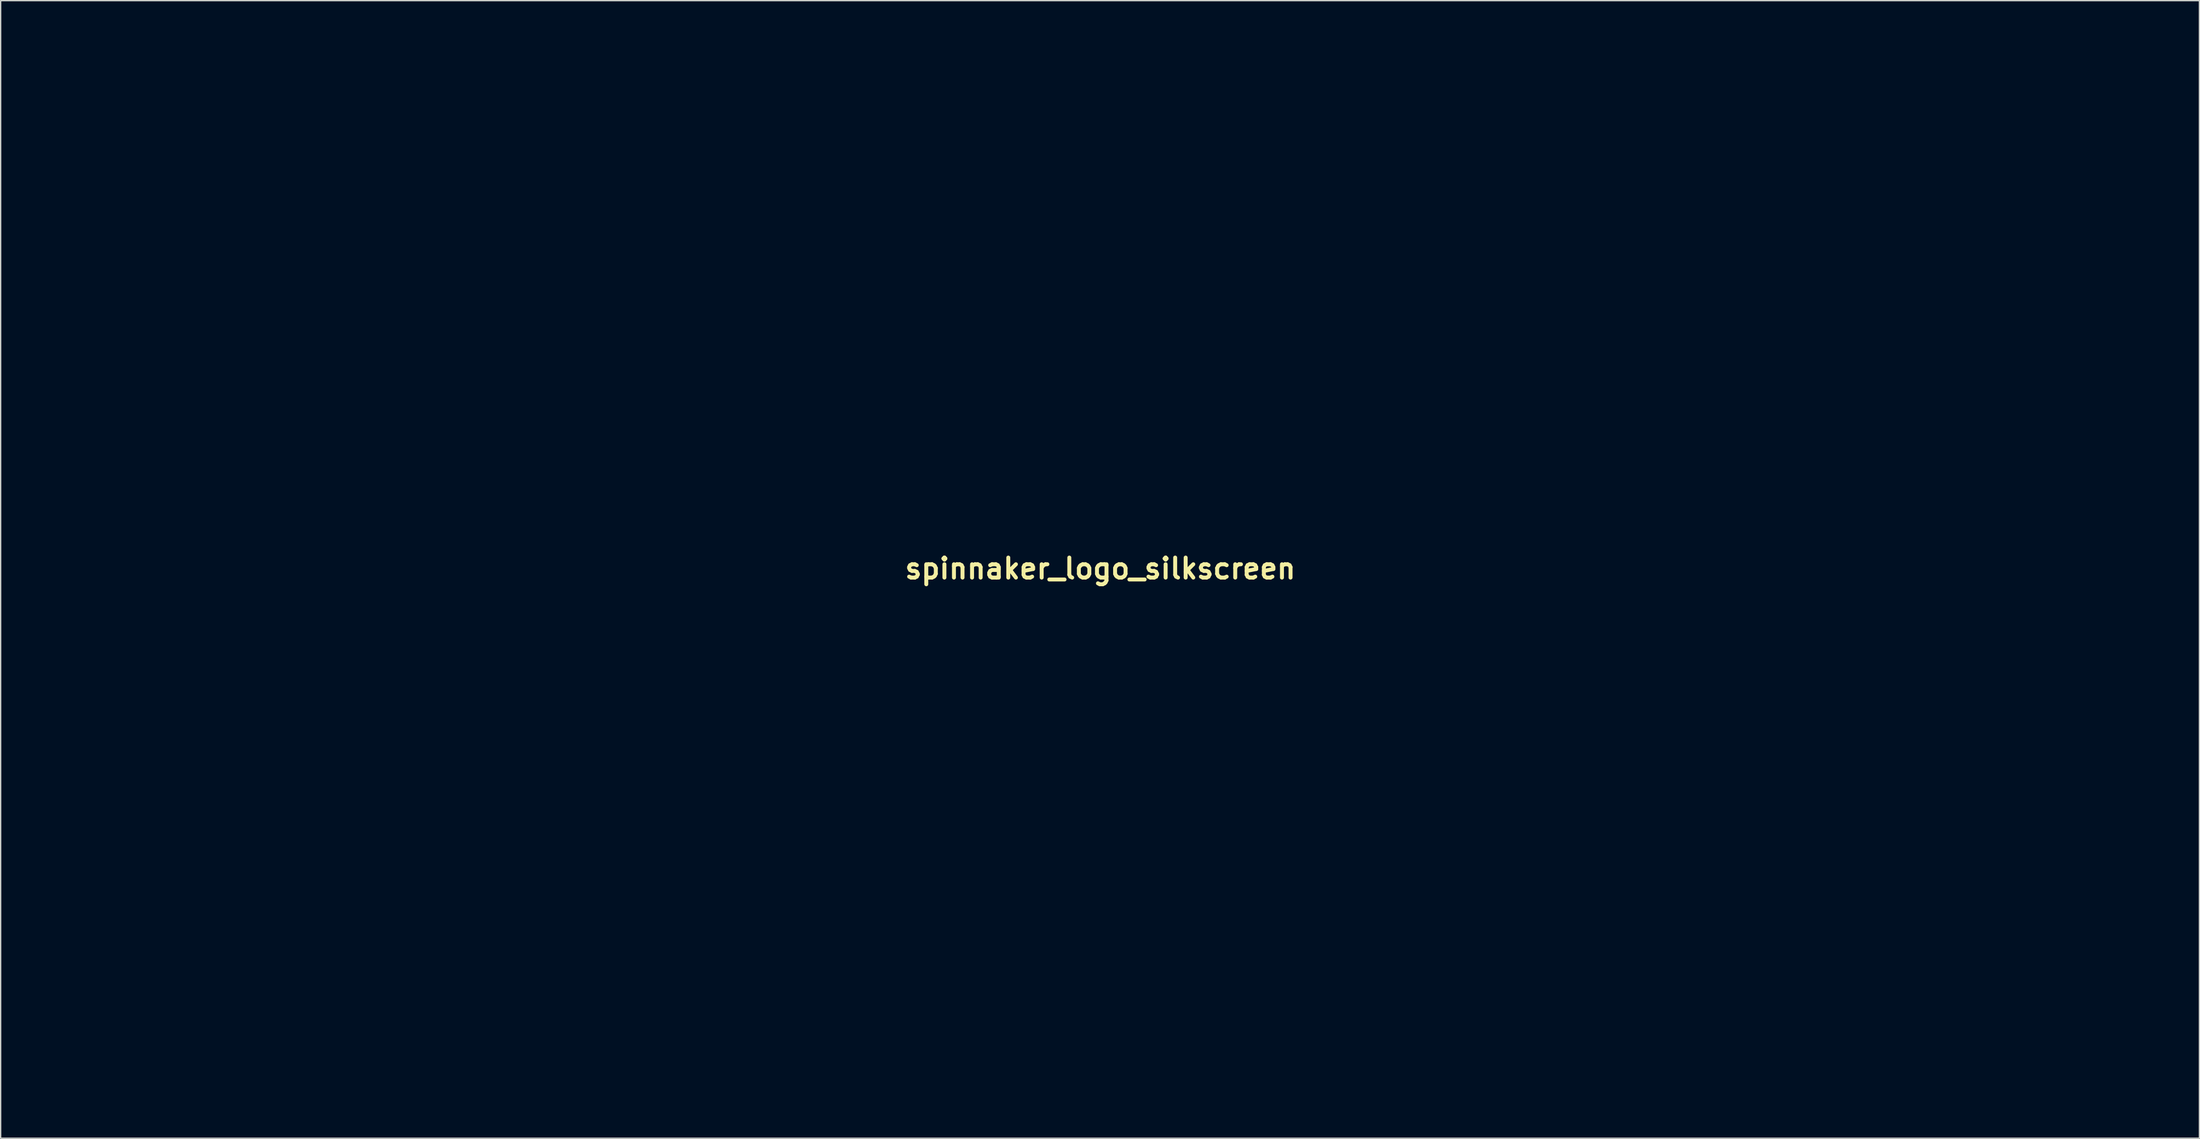
<source format=kicad_pcb>
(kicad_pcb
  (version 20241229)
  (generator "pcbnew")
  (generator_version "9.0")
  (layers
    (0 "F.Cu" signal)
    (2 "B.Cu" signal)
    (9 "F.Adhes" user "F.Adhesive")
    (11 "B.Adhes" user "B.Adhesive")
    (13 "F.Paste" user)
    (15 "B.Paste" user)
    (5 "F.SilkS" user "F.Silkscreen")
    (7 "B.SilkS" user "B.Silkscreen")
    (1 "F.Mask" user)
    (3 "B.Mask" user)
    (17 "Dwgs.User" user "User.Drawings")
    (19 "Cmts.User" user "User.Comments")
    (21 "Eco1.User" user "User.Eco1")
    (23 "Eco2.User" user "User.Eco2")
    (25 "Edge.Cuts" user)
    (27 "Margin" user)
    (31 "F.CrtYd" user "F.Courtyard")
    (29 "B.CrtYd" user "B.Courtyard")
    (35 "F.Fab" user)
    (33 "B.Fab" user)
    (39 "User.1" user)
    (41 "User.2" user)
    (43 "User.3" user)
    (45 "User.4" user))
  (footprint "spinnaker_logo_silkscreen"
    (layer "F.Cu")
    (at 80.692 40.236)
    (property "Reference" "spinnaker_logo_silkscreen" (at 0 0 0) (layer "F.SilkS") (effects (font (size 1.524 1.524) (thickness 0.3))))
    (attr through_hole)
    (fp_poly (pts (xy 68.982 24.91) (xy 69.723 24.934) (xy 69.768 30.649) (xy 68.241 30.649) (xy 68.241 24.885) (xy 68.982 24.91)) (stroke (width 0.01) (type solid)) (fill no) (layer "Eco2.User"))
    (fp_poly (pts (xy 69.748 23.601) (xy 69.723 24.257) (xy 68.982 24.281) (xy 68.241 24.306) (xy 68.241 22.945) (xy 69.772 22.945) (xy 69.748 23.601)) (stroke (width 0.01) (type solid)) (fill no) (layer "Eco2.User"))
    (fp_poly (pts (xy 74.309 24.813) (xy 74.372 24.852) (xy 74.406 24.957) (xy 74.419 25.16) (xy 74.422 25.495) (xy 74.422 25.569) (xy 74.422 26.331) (xy 73.978 26.331) (xy 73.487 26.393) (xy 73.099 26.57) (xy 72.83 26.856) (xy 72.792 26.924) (xy 72.741 27.049) (xy 72.702 27.206) (xy 72.675 27.42) (xy 72.658 27.716) (xy 72.648 28.119) (xy 72.644 28.656) (xy 72.644 28.935) (xy 72.644 30.649) (xy 71.12 30.649) (xy 71.12 24.892) (xy 72.644 24.892) (xy 72.644 25.421) (xy 72.645 25.95) (xy 72.802 25.696) (xy 73.107 25.323) (xy 73.488 25.032) (xy 73.901 24.852) (xy 74.208 24.807) (xy 74.309 24.813)) (stroke (width 0.01) (type solid)) (fill no) (layer "Eco2.User"))
    (fp_poly (pts (xy 31.835 24.045) (xy 31.559 24.047) (xy 31.279 24.077) (xy 31.119 24.187) (xy 31.048 24.408) (xy 31.036 24.61) (xy 31.03 25.019) (xy 31.928 25.07) (xy 31.902 25.553) (xy 31.877 26.035) (xy 30.988 26.086) (xy 30.988 30.649) (xy 29.549 30.649) (xy 29.549 26.087) (xy 29.146 26.061) (xy 28.744 26.035) (xy 28.719 25.553) (xy 28.694 25.071) (xy 29.1 25.045) (xy 29.506 25.019) (xy 29.553 24.342) (xy 29.595 23.919) (xy 29.667 23.62) (xy 29.785 23.4) (xy 29.97 23.214) (xy 30.044 23.156) (xy 30.196 23.069) (xy 30.403 23.011) (xy 30.704 22.976) (xy 31.052 22.958) (xy 31.835 22.928) (xy 31.835 24.045)) (stroke (width 0.01) (type solid)) (fill no) (layer "Eco2.User"))
    (fp_poly (pts (xy 53.488 -2.269) (xy 53.89 -2.244) (xy 53.89 1.862) (xy 49.996 5.757) (xy 46.102 9.652) (xy 51.464 15.015) (xy 51.77 14.746) (xy 51.958 14.589) (xy 52.089 14.493) (xy 52.121 14.478) (xy 52.243 14.516) (xy 52.384 14.641) (xy 52.553 14.868) (xy 52.761 15.212) (xy 53.019 15.688) (xy 53.193 16.027) (xy 53.89 17.399) (xy 53.89 21.548) (xy 53.488 21.573) (xy 53.086 21.599) (xy 53.086 17.82) (xy 51.774 17.165) (xy 51.296 16.925) (xy 50.951 16.745) (xy 50.716 16.61) (xy 50.57 16.506) (xy 50.494 16.419) (xy 50.465 16.335) (xy 50.461 16.282) (xy 50.525 16.052) (xy 50.689 15.816) (xy 50.691 15.813) (xy 50.921 15.573) (xy 45.551 10.203) (xy 45.551 17.615) (xy 44.217 17.592) (xy 42.884 17.568) (xy 42.84 1.693) (xy 45.551 1.693) (xy 45.551 9.016) (xy 49.318 5.249) (xy 53.086 1.482) (xy 53.086 -2.295) (xy 53.488 -2.269)) (stroke (width 0.01) (type solid)) (fill no) (layer "Eco2.User"))
    (fp_poly (pts (xy 60.198 25.061) (xy 61.053 25.061) (xy 61.028 25.548) (xy 61.002 26.035) (xy 60.6 26.061) (xy 60.198 26.087) (xy 60.198 27.801) (xy 60.202 28.454) (xy 60.213 28.951) (xy 60.233 29.302) (xy 60.262 29.52) (xy 60.3 29.616) (xy 60.447 29.683) (xy 60.677 29.717) (xy 60.723 29.718) (xy 61.045 29.718) (xy 61.045 30.221) (xy 61.029 30.508) (xy 60.989 30.714) (xy 60.948 30.783) (xy 60.819 30.819) (xy 60.575 30.853) (xy 60.292 30.877) (xy 59.911 30.882) (xy 59.618 30.835) (xy 59.37 30.74) (xy 59.08 30.557) (xy 58.887 30.299) (xy 58.842 30.208) (xy 58.788 30.073) (xy 58.747 29.922) (xy 58.717 29.731) (xy 58.697 29.476) (xy 58.685 29.129) (xy 58.678 28.667) (xy 58.676 28.065) (xy 58.676 27.961) (xy 58.674 26.077) (xy 57.997 26.077) (xy 57.997 25.061) (xy 58.674 25.061) (xy 58.674 23.537) (xy 60.198 23.537) (xy 60.198 25.061)) (stroke (width 0.01) (type solid)) (fill no) (layer "Eco2.User"))
    (fp_poly (pts (xy 47.329 25.687) (xy 47.604 25.426) (xy 48.091 25.065) (xy 48.618 24.868) (xy 49.181 24.837) (xy 49.623 24.922) (xy 50.115 25.137) (xy 50.485 25.466) (xy 50.723 25.857) (xy 50.772 25.978) (xy 50.809 26.119) (xy 50.837 26.3) (xy 50.857 26.544) (xy 50.87 26.873) (xy 50.878 27.31) (xy 50.882 27.877) (xy 50.883 28.427) (xy 50.885 30.649) (xy 49.361 30.649) (xy 49.361 28.708) (xy 49.357 28.128) (xy 49.347 27.6) (xy 49.331 27.15) (xy 49.311 26.805) (xy 49.288 26.59) (xy 49.277 26.544) (xy 49.105 26.31) (xy 48.832 26.167) (xy 48.499 26.122) (xy 48.15 26.176) (xy 47.825 26.335) (xy 47.736 26.406) (xy 47.611 26.538) (xy 47.514 26.696) (xy 47.442 26.903) (xy 47.391 27.18) (xy 47.358 27.55) (xy 47.34 28.036) (xy 47.332 28.659) (xy 47.331 28.977) (xy 47.329 30.649) (xy 45.889 30.649) (xy 45.889 22.945) (xy 47.329 22.945) (xy 47.329 25.687)) (stroke (width 0.01) (type solid)) (fill no) (layer "Eco2.User"))
    (fp_poly (pts (xy 15.409 25.589) (xy 15.742 25.288) (xy 16.191 24.984) (xy 16.677 24.83) (xy 17.18 24.818) (xy 17.678 24.94) (xy 18.151 25.187) (xy 18.576 25.55) (xy 18.934 26.021) (xy 19.202 26.593) (xy 19.234 26.689) (xy 19.36 27.299) (xy 19.386 27.967) (xy 19.315 28.632) (xy 19.151 29.231) (xy 19.096 29.362) (xy 18.768 29.92) (xy 18.353 30.363) (xy 17.873 30.679) (xy 17.349 30.857) (xy 16.802 30.887) (xy 16.309 30.779) (xy 16.036 30.642) (xy 15.76 30.444) (xy 15.695 30.385) (xy 15.409 30.108) (xy 15.409 30.649) (xy 13.885 30.649) (xy 13.885 27.743) (xy 15.443 27.743) (xy 15.471 28.246) (xy 15.584 28.72) (xy 15.774 29.124) (xy 16.035 29.42) (xy 16.102 29.466) (xy 16.453 29.597) (xy 16.836 29.598) (xy 17.188 29.473) (xy 17.331 29.368) (xy 17.616 29.01) (xy 17.79 28.555) (xy 17.859 27.983) (xy 17.861 27.855) (xy 17.809 27.265) (xy 17.656 26.781) (xy 17.412 26.418) (xy 17.083 26.186) (xy 16.793 26.108) (xy 16.391 26.137) (xy 16.038 26.324) (xy 15.744 26.662) (xy 15.664 26.803) (xy 15.505 27.248) (xy 15.443 27.743) (xy 13.885 27.743) (xy 13.885 22.945) (xy 15.409 22.945) (xy 15.409 25.589)) (stroke (width 0.01) (type solid)) (fill no) (layer "Eco2.User"))
    (fp_poly (pts (xy 79.605 1.705) (xy 79.854 1.725) (xy 79.873 1.728) (xy 80.179 1.786) (xy 80.179 4.281) (xy 79.269 4.389) (xy 78.3 4.553) (xy 77.474 4.799) (xy 76.783 5.132) (xy 76.22 5.555) (xy 75.778 6.072) (xy 75.567 6.43) (xy 75.467 6.631) (xy 75.38 6.815) (xy 75.308 6.998) (xy 75.247 7.194) (xy 75.196 7.417) (xy 75.155 7.682) (xy 75.123 8.004) (xy 75.097 8.397) (xy 75.077 8.876) (xy 75.061 9.455) (xy 75.048 10.15) (xy 75.038 10.974) (xy 75.027 11.942) (xy 75.02 12.742) (xy 74.972 17.653) (xy 73.679 17.676) (xy 73.154 17.682) (xy 72.778 17.678) (xy 72.531 17.661) (xy 72.393 17.631) (xy 72.345 17.592) (xy 72.339 17.493) (xy 72.334 17.237) (xy 72.33 16.836) (xy 72.326 16.302) (xy 72.324 15.647) (xy 72.322 14.884) (xy 72.321 14.024) (xy 72.32 13.08) (xy 72.321 12.063) (xy 72.323 10.987) (xy 72.326 9.863) (xy 72.326 9.821) (xy 72.348 2.159) (xy 73.552 2.136) (xy 74.756 2.112) (xy 74.78 3.473) (xy 74.803 4.835) (xy 75.263 4.192) (xy 75.911 3.384) (xy 76.588 2.73) (xy 77.289 2.235) (xy 78.008 1.9) (xy 78.741 1.731) (xy 78.895 1.717) (xy 79.262 1.701) (xy 79.605 1.705)) (stroke (width 0.01) (type solid)) (fill no) (layer "Eco2.User"))
    (fp_poly (pts (xy 22.14 26.818) (xy 22.306 27.366) (xy 22.458 27.863) (xy 22.589 28.284) (xy 22.691 28.607) (xy 22.757 28.806) (xy 22.776 28.858) (xy 22.814 28.812) (xy 22.889 28.622) (xy 22.996 28.31) (xy 23.128 27.896) (xy 23.278 27.399) (xy 23.413 26.932) (xy 23.994 24.892) (xy 24.739 24.892) (xy 25.127 24.9) (xy 25.366 24.925) (xy 25.473 24.97) (xy 25.484 24.998) (xy 25.456 25.117) (xy 25.376 25.374) (xy 25.253 25.751) (xy 25.093 26.226) (xy 24.903 26.78) (xy 24.69 27.393) (xy 24.462 28.045) (xy 24.225 28.715) (xy 23.987 29.383) (xy 23.755 30.03) (xy 23.536 30.636) (xy 23.336 31.18) (xy 23.164 31.642) (xy 23.026 32.002) (xy 22.929 32.24) (xy 22.884 32.333) (xy 22.563 32.633) (xy 22.118 32.834) (xy 21.567 32.929) (xy 21.36 32.935) (xy 20.743 32.935) (xy 20.743 31.835) (xy 21.131 31.835) (xy 21.495 31.768) (xy 21.784 31.586) (xy 21.967 31.317) (xy 22.013 31.069) (xy 21.985 30.928) (xy 21.906 30.648) (xy 21.781 30.25) (xy 21.619 29.752) (xy 21.424 29.176) (xy 21.204 28.542) (xy 20.997 27.958) (xy 20.762 27.297) (xy 20.546 26.685) (xy 20.356 26.139) (xy 20.198 25.679) (xy 20.079 25.324) (xy 20.004 25.092) (xy 19.981 25.004) (xy 20.024 24.949) (xy 20.17 24.914) (xy 20.441 24.896) (xy 20.771 24.892) (xy 21.561 24.892) (xy 22.14 26.818)) (stroke (width 0.01) (type solid)) (fill no) (layer "Eco2.User"))
    (fp_poly (pts (xy 54.994 24.857) (xy 55.504 24.953) (xy 55.721 25.034) (xy 56.287 25.377) (xy 56.73 25.837) (xy 57.05 26.41) (xy 57.243 27.093) (xy 57.299 27.571) (xy 57.343 28.279) (xy 53.509 28.279) (xy 53.51 28.469) (xy 53.572 28.881) (xy 53.737 29.257) (xy 53.942 29.501) (xy 54.253 29.666) (xy 54.628 29.722) (xy 55.016 29.678) (xy 55.369 29.542) (xy 55.638 29.32) (xy 55.708 29.215) (xy 55.772 29.129) (xy 55.877 29.077) (xy 56.059 29.05) (xy 56.358 29.041) (xy 56.518 29.041) (xy 56.898 29.047) (xy 57.126 29.079) (xy 57.218 29.157) (xy 57.19 29.303) (xy 57.059 29.538) (xy 56.995 29.64) (xy 56.583 30.152) (xy 56.083 30.525) (xy 55.486 30.763) (xy 54.783 30.871) (xy 54.779 30.872) (xy 54.335 30.878) (xy 53.978 30.832) (xy 53.707 30.752) (xy 53.125 30.463) (xy 52.664 30.055) (xy 52.322 29.527) (xy 52.099 28.878) (xy 52.066 28.723) (xy 51.989 27.964) (xy 52.039 27.263) (xy 53.506 27.263) (xy 55.778 27.263) (xy 55.715 26.986) (xy 55.55 26.534) (xy 55.294 26.213) (xy 54.958 26.031) (xy 54.679 25.993) (xy 54.267 26.054) (xy 53.949 26.245) (xy 53.716 26.573) (xy 53.561 27.03) (xy 53.506 27.263) (xy 52.039 27.263) (xy 52.041 27.24) (xy 52.215 26.573) (xy 52.502 25.982) (xy 52.895 25.492) (xy 53.384 25.121) (xy 53.455 25.083) (xy 53.906 24.923) (xy 54.44 24.847) (xy 54.994 24.857)) (stroke (width 0.01) (type solid)) (fill no) (layer "Eco2.User"))
    (fp_poly (pts (xy 35.881 24.86) (xy 36.172 24.884) (xy 36.408 24.938) (xy 36.643 25.031) (xy 36.765 25.089) (xy 37.318 25.443) (xy 37.743 25.903) (xy 38.04 26.47) (xy 38.211 27.148) (xy 38.258 27.939) (xy 38.253 28.093) (xy 38.2 28.691) (xy 38.089 29.171) (xy 37.902 29.579) (xy 37.623 29.962) (xy 37.552 30.043) (xy 37.102 30.421) (xy 36.549 30.693) (xy 35.928 30.852) (xy 35.275 30.889) (xy 34.626 30.794) (xy 34.56 30.777) (xy 33.958 30.523) (xy 33.448 30.133) (xy 33.044 29.62) (xy 32.76 29) (xy 32.76 28.998) (xy 32.682 28.624) (xy 32.647 28.146) (xy 32.654 27.627) (xy 34.158 27.627) (xy 34.16 28.126) (xy 34.23 28.591) (xy 34.352 28.926) (xy 34.606 29.3) (xy 34.907 29.525) (xy 35.285 29.623) (xy 35.448 29.631) (xy 35.756 29.612) (xy 35.979 29.533) (xy 36.158 29.404) (xy 36.458 29.07) (xy 36.646 28.652) (xy 36.733 28.127) (xy 36.742 27.855) (xy 36.688 27.26) (xy 36.534 26.774) (xy 36.287 26.407) (xy 35.954 26.172) (xy 35.544 26.079) (xy 35.49 26.078) (xy 35.035 26.151) (xy 34.665 26.37) (xy 34.378 26.737) (xy 34.358 26.773) (xy 34.224 27.154) (xy 34.158 27.627) (xy 32.654 27.627) (xy 32.654 27.626) (xy 32.7 27.123) (xy 32.785 26.699) (xy 32.803 26.64) (xy 33.047 26.127) (xy 33.414 25.652) (xy 33.863 25.261) (xy 34.225 25.054) (xy 34.485 24.953) (xy 34.747 24.892) (xy 35.067 24.862) (xy 35.477 24.854) (xy 35.881 24.86)) (stroke (width 0.01) (type solid)) (fill no) (layer "Eco2.User"))
    (fp_poly (pts (xy -1.307 1.748) (xy -0.752 1.78) (xy -0.283 1.844) (xy 0.141 1.95) (xy 0.561 2.103) (xy 1.01 2.309) (xy 1.338 2.509) (xy 1.734 2.809) (xy 2.162 3.177) (xy 2.586 3.581) (xy 2.969 3.987) (xy 3.24 4.318) (xy 3.463 4.614) (xy 3.467 3.365) (xy 3.471 2.117) (xy 5.927 2.117) (xy 5.927 17.611) (xy 3.302 17.611) (xy 3.302 13.332) (xy 3.3 12.379) (xy 3.295 11.48) (xy 3.286 10.652) (xy 3.274 9.913) (xy 3.26 9.279) (xy 3.243 8.768) (xy 3.224 8.397) (xy 3.211 8.237) (xy 3.038 7.29) (xy 2.743 6.435) (xy 2.334 5.683) (xy 1.817 5.047) (xy 1.199 4.536) (xy 0.864 4.336) (xy 0.344 4.106) (xy -0.197 3.966) (xy -0.806 3.905) (xy -1.404 3.91) (xy -2.103 3.981) (xy -2.683 4.14) (xy -3.178 4.4) (xy -3.623 4.776) (xy -3.72 4.878) (xy -3.856 5.025) (xy -3.973 5.155) (xy -4.074 5.282) (xy -4.159 5.418) (xy -4.231 5.576) (xy -4.289 5.768) (xy -4.336 6.007) (xy -4.373 6.306) (xy -4.401 6.678) (xy -4.422 7.135) (xy -4.437 7.691) (xy -4.448 8.357) (xy -4.455 9.147) (xy -4.46 10.072) (xy -4.465 11.147) (xy -4.468 11.874) (xy -4.494 17.611) (xy -7.031 17.611) (xy -6.985 4.784) (xy -6.717 4.218) (xy -6.295 3.522) (xy -5.739 2.925) (xy -5.055 2.433) (xy -4.25 2.052) (xy -4.028 1.974) (xy -3.751 1.887) (xy -3.504 1.825) (xy -3.249 1.784) (xy -2.946 1.76) (xy -2.556 1.747) (xy -2.039 1.742) (xy -1.99 1.742) (xy -1.307 1.748)) (stroke (width 0.01) (type solid)) (fill no) (layer "Eco2.User"))
    (fp_poly (pts (xy 32.004 1.693) (xy 39.455 1.693) (xy 39.455 4.318) (xy 35.932 4.318) (xy 35.049 4.319) (xy 34.321 4.321) (xy 33.736 4.326) (xy 33.279 4.334) (xy 32.938 4.345) (xy 32.698 4.36) (xy 32.546 4.379) (xy 32.469 4.402) (xy 32.452 4.43) (xy 32.453 4.432) (xy 32.499 4.521) (xy 32.621 4.749) (xy 32.811 5.103) (xy 33.066 5.574) (xy 33.378 6.149) (xy 33.742 6.819) (xy 34.151 7.573) (xy 34.6 8.399) (xy 35.084 9.286) (xy 35.595 10.225) (xy 36.06 11.077) (xy 36.59 12.049) (xy 37.097 12.979) (xy 37.573 13.855) (xy 38.015 14.666) (xy 38.415 15.403) (xy 38.768 16.054) (xy 39.068 16.609) (xy 39.309 17.057) (xy 39.486 17.387) (xy 39.593 17.589) (xy 39.624 17.652) (xy 39.542 17.661) (xy 39.308 17.669) (xy 38.938 17.677) (xy 38.45 17.683) (xy 37.859 17.689) (xy 37.184 17.692) (xy 36.442 17.695) (xy 35.816 17.695) (xy 32.007 17.695) (xy 31.962 21.548) (xy 31.073 21.599) (xy 31.073 17.697) (xy 27.224 17.675) (xy 23.375 17.653) (xy 26.97 11.064) (xy 27.503 10.086) (xy 28.012 9.151) (xy 28.491 8.268) (xy 28.935 7.449) (xy 29.337 6.705) (xy 29.693 6.045) (xy 29.996 5.481) (xy 30.24 5.023) (xy 30.42 4.682) (xy 30.53 4.47) (xy 30.565 4.396) (xy 30.482 4.377) (xy 30.243 4.361) (xy 29.86 4.346) (xy 29.346 4.335) (xy 28.713 4.326) (xy 27.974 4.32) (xy 27.142 4.318) (xy 27.051 4.318) (xy 23.537 4.318) (xy 23.537 1.693) (xy 31.073 1.693) (xy 31.073 -2.286) (xy 32.004 -2.286) (xy 32.004 1.693)) (stroke (width 0.01) (type solid)) (fill no) (layer "Eco2.User"))
    (fp_poly (pts (xy 65.015 24.896) (xy 65.513 25.054) (xy 66.033 25.376) (xy 66.459 25.825) (xy 66.78 26.38) (xy 66.983 27.019) (xy 67.056 27.72) (xy 67.056 27.737) (xy 67.056 28.279) (xy 65.151 28.279) (xy 64.521 28.278) (xy 64.042 28.28) (xy 63.695 28.291) (xy 63.461 28.318) (xy 63.322 28.368) (xy 63.259 28.447) (xy 63.254 28.562) (xy 63.288 28.719) (xy 63.341 28.92) (xy 63.496 29.284) (xy 63.686 29.508) (xy 63.994 29.669) (xy 64.367 29.723) (xy 64.754 29.677) (xy 65.107 29.54) (xy 65.375 29.32) (xy 65.445 29.215) (xy 65.509 29.129) (xy 65.613 29.077) (xy 65.796 29.05) (xy 66.095 29.041) (xy 66.255 29.041) (xy 66.622 29.051) (xy 66.868 29.079) (xy 66.97 29.122) (xy 66.971 29.129) (xy 66.902 29.386) (xy 66.716 29.691) (xy 66.443 30.01) (xy 66.115 30.311) (xy 65.762 30.559) (xy 65.553 30.668) (xy 65.16 30.788) (xy 64.678 30.858) (xy 64.177 30.875) (xy 63.724 30.834) (xy 63.515 30.783) (xy 62.928 30.517) (xy 62.464 30.139) (xy 62.121 29.647) (xy 61.896 29.036) (xy 61.787 28.305) (xy 61.775 27.982) (xy 61.818 27.263) (xy 63.264 27.263) (xy 65.535 27.263) (xy 65.481 27.03) (xy 65.31 26.552) (xy 65.054 26.221) (xy 64.712 26.036) (xy 64.389 25.993) (xy 63.99 26.058) (xy 63.681 26.258) (xy 63.456 26.599) (xy 63.329 26.988) (xy 63.264 27.263) (xy 61.818 27.263) (xy 61.823 27.174) (xy 61.983 26.49) (xy 62.257 25.924) (xy 62.65 25.469) (xy 63.162 25.12) (xy 63.22 25.091) (xy 63.78 24.902) (xy 64.397 24.837) (xy 65.015 24.896)) (stroke (width 0.01) (type solid)) (fill no) (layer "Eco2.User"))
    (fp_poly (pts (xy 78.527 24.904) (xy 79.129 25.07) (xy 79.628 25.357) (xy 80.038 25.775) (xy 80.366 26.312) (xy 80.487 26.567) (xy 80.567 26.776) (xy 80.614 26.988) (xy 80.637 27.249) (xy 80.644 27.607) (xy 80.645 27.853) (xy 80.641 28.294) (xy 80.625 28.612) (xy 80.589 28.852) (xy 80.527 29.06) (xy 80.432 29.283) (xy 80.425 29.299) (xy 80.079 29.889) (xy 79.657 30.334) (xy 79.147 30.64) (xy 78.534 30.818) (xy 78.043 30.871) (xy 77.59 30.877) (xy 77.224 30.839) (xy 76.865 30.748) (xy 76.817 30.733) (xy 76.254 30.462) (xy 75.774 30.057) (xy 75.403 29.543) (xy 75.266 29.249) (xy 75.164 28.949) (xy 75.102 28.645) (xy 75.071 28.28) (xy 75.063 27.898) (xy 75.065 27.855) (xy 76.539 27.855) (xy 76.595 28.443) (xy 76.771 28.927) (xy 77.052 29.31) (xy 77.246 29.498) (xy 77.413 29.595) (xy 77.627 29.629) (xy 77.831 29.633) (xy 78.143 29.617) (xy 78.363 29.551) (xy 78.564 29.414) (xy 78.576 29.404) (xy 78.876 29.07) (xy 79.064 28.652) (xy 79.151 28.127) (xy 79.16 27.855) (xy 79.114 27.274) (xy 78.972 26.813) (xy 78.722 26.445) (xy 78.576 26.307) (xy 78.373 26.165) (xy 78.157 26.096) (xy 77.852 26.077) (xy 77.831 26.077) (xy 77.546 26.088) (xy 77.356 26.139) (xy 77.188 26.263) (xy 77.052 26.401) (xy 76.756 26.812) (xy 76.588 27.303) (xy 76.539 27.855) (xy 75.065 27.855) (xy 75.107 27.134) (xy 75.255 26.495) (xy 75.514 25.968) (xy 75.891 25.538) (xy 76.394 25.193) (xy 76.515 25.13) (xy 76.824 24.988) (xy 77.078 24.903) (xy 77.345 24.863) (xy 77.695 24.85) (xy 77.807 24.85) (xy 78.527 24.904)) (stroke (width 0.01) (type solid)) (fill no) (layer "Eco2.User"))
    (fp_poly (pts (xy 16.214 1.74) (xy 16.755 1.743) (xy 17.164 1.753) (xy 17.476 1.772) (xy 17.73 1.805) (xy 17.962 1.857) (xy 18.208 1.93) (xy 18.33 1.971) (xy 19.151 2.32) (xy 19.854 2.776) (xy 20.43 3.328) (xy 20.871 3.969) (xy 21.169 4.689) (xy 21.242 4.978) (xy 21.263 5.158) (xy 21.281 5.484) (xy 21.297 5.96) (xy 21.31 6.588) (xy 21.32 7.372) (xy 21.328 8.315) (xy 21.333 9.42) (xy 21.336 10.689) (xy 21.336 11.519) (xy 21.336 17.611) (xy 18.711 17.611) (xy 18.711 11.953) (xy 18.711 10.783) (xy 18.71 9.769) (xy 18.708 8.899) (xy 18.702 8.161) (xy 18.693 7.541) (xy 18.678 7.026) (xy 18.659 6.605) (xy 18.632 6.264) (xy 18.597 5.99) (xy 18.554 5.772) (xy 18.501 5.595) (xy 18.438 5.448) (xy 18.363 5.318) (xy 18.275 5.192) (xy 18.177 5.063) (xy 17.704 4.572) (xy 17.125 4.212) (xy 16.441 3.983) (xy 15.649 3.882) (xy 15.371 3.878) (xy 14.506 3.958) (xy 13.72 4.187) (xy 13.02 4.56) (xy 12.409 5.073) (xy 11.892 5.722) (xy 11.474 6.503) (xy 11.209 7.239) (xy 11.177 7.361) (xy 11.15 7.502) (xy 11.127 7.677) (xy 11.107 7.9) (xy 11.091 8.184) (xy 11.077 8.543) (xy 11.066 8.993) (xy 11.056 9.546) (xy 11.048 10.218) (xy 11.04 11.021) (xy 11.033 11.97) (xy 11.029 12.679) (xy 10.998 17.611) (xy 8.382 17.611) (xy 8.382 2.117) (xy 10.748 2.117) (xy 10.795 4.654) (xy 11.284 4.022) (xy 11.961 3.26) (xy 12.702 2.65) (xy 13.521 2.182) (xy 14.266 1.895) (xy 14.496 1.833) (xy 14.747 1.789) (xy 15.053 1.761) (xy 15.446 1.745) (xy 15.962 1.74) (xy 16.214 1.74)) (stroke (width 0.01) (type solid)) (fill no) (layer "Eco2.User"))
    (fp_poly (pts (xy 42.041 24.922) (xy 42.496 25.168) (xy 42.733 25.372) (xy 43.095 25.734) (xy 43.095 24.885) (xy 43.794 24.91) (xy 44.492 24.934) (xy 44.515 27.978) (xy 44.52 28.867) (xy 44.521 29.604) (xy 44.515 30.206) (xy 44.498 30.691) (xy 44.47 31.076) (xy 44.426 31.378) (xy 44.364 31.616) (xy 44.281 31.805) (xy 44.176 31.964) (xy 44.044 32.11) (xy 43.885 32.26) (xy 43.862 32.28) (xy 43.439 32.588) (xy 42.955 32.791) (xy 42.38 32.901) (xy 41.735 32.927) (xy 41.369 32.915) (xy 41.038 32.893) (xy 40.803 32.864) (xy 40.767 32.857) (xy 40.216 32.659) (xy 39.766 32.365) (xy 39.438 31.994) (xy 39.252 31.563) (xy 39.251 31.559) (xy 39.197 31.327) (xy 39.982 31.327) (xy 40.351 31.329) (xy 40.588 31.342) (xy 40.731 31.375) (xy 40.82 31.439) (xy 40.89 31.545) (xy 40.908 31.576) (xy 41.123 31.795) (xy 41.44 31.93) (xy 41.813 31.978) (xy 42.196 31.934) (xy 42.541 31.795) (xy 42.637 31.729) (xy 42.904 31.413) (xy 43.057 30.98) (xy 43.095 30.56) (xy 43.095 30.126) (xy 42.82 30.359) (xy 42.315 30.69) (xy 41.79 30.865) (xy 41.264 30.892) (xy 40.756 30.778) (xy 40.285 30.531) (xy 39.87 30.161) (xy 39.529 29.675) (xy 39.282 29.081) (xy 39.211 28.804) (xy 39.123 28.045) (xy 39.146 27.641) (xy 40.656 27.641) (xy 40.662 28.147) (xy 40.751 28.633) (xy 40.921 29.06) (xy 41.17 29.389) (xy 41.303 29.494) (xy 41.589 29.592) (xy 41.941 29.599) (xy 42.288 29.517) (xy 42.458 29.431) (xy 42.741 29.151) (xy 42.938 28.761) (xy 43.049 28.3) (xy 43.072 27.803) (xy 43.006 27.309) (xy 42.851 26.856) (xy 42.606 26.479) (xy 42.544 26.415) (xy 42.327 26.229) (xy 42.128 26.143) (xy 41.861 26.12) (xy 41.826 26.12) (xy 41.536 26.141) (xy 41.329 26.224) (xy 41.15 26.371) (xy 40.898 26.715) (xy 40.734 27.15) (xy 40.656 27.641) (xy 39.146 27.641) (xy 39.166 27.279) (xy 39.246 26.883) (xy 39.47 26.266) (xy 39.784 25.748) (xy 40.169 25.336) (xy 40.607 25.04) (xy 41.077 24.866) (xy 41.561 24.824) (xy 42.041 24.922)) (stroke (width 0.01) (type solid)) (fill no) (layer "Eco2.User"))
    (fp_poly (pts (xy -24.667 1.802) (xy -23.83 1.972) (xy -23.072 2.268) (xy -22.366 2.7) (xy -21.685 3.28) (xy -21.576 3.388) (xy -21.241 3.734) (xy -20.991 4.024) (xy -20.788 4.313) (xy -20.594 4.652) (xy -20.375 5.09) (xy -19.955 6.093) (xy -19.656 7.127) (xy -19.475 8.219) (xy -19.405 9.397) (xy -19.419 10.287) (xy -19.515 11.436) (xy -19.7 12.464) (xy -19.984 13.396) (xy -20.374 14.26) (xy -20.776 14.934) (xy -21.399 15.734) (xy -22.103 16.387) (xy -22.887 16.891) (xy -22.987 16.941) (xy -23.646 17.223) (xy -24.294 17.405) (xy -24.984 17.495) (xy -25.767 17.503) (xy -25.908 17.498) (xy -26.779 17.411) (xy -27.545 17.226) (xy -28.242 16.927) (xy -28.907 16.498) (xy -29.579 15.922) (xy -29.61 15.893) (xy -30.141 15.382) (xy -30.141 23.029) (xy -32.427 23.029) (xy -32.427 9.904) (xy -30.077 9.904) (xy -30 10.938) (xy -29.82 11.883) (xy -29.545 12.73) (xy -29.178 13.472) (xy -28.728 14.1) (xy -28.198 14.607) (xy -27.596 14.986) (xy -26.927 15.227) (xy -26.197 15.323) (xy -25.413 15.267) (xy -25.214 15.229) (xy -24.507 14.995) (xy -23.86 14.61) (xy -23.285 14.087) (xy -22.791 13.438) (xy -22.391 12.675) (xy -22.094 11.809) (xy -22.089 11.79) (xy -21.973 11.204) (xy -21.896 10.513) (xy -21.861 9.775) (xy -21.87 9.052) (xy -21.923 8.424) (xy -22.114 7.456) (xy -22.412 6.58) (xy -22.811 5.81) (xy -23.302 5.157) (xy -23.877 4.634) (xy -24.448 4.292) (xy -24.702 4.177) (xy -24.912 4.1) (xy -25.126 4.054) (xy -25.389 4.03) (xy -25.747 4.022) (xy -26.035 4.022) (xy -26.481 4.025) (xy -26.802 4.039) (xy -27.044 4.071) (xy -27.249 4.128) (xy -27.464 4.216) (xy -27.545 4.253) (xy -28.092 4.592) (xy -28.608 5.071) (xy -29.065 5.659) (xy -29.373 6.198) (xy -29.651 6.831) (xy -29.846 7.448) (xy -29.974 8.111) (xy -30.046 8.788) (xy -30.077 9.904) (xy -32.427 9.904) (xy -32.427 2.117) (xy -30.311 2.117) (xy -30.311 4.328) (xy -29.909 3.797) (xy -29.282 3.094) (xy -28.577 2.54) (xy -27.791 2.133) (xy -26.92 1.871) (xy -25.961 1.754) (xy -25.612 1.746) (xy -24.667 1.802)) (stroke (width 0.01) (type solid)) (fill no) (layer "Eco2.User"))
    (fp_poly (pts (xy 62.943 1.752) (xy 63.395 1.764) (xy 63.751 1.786) (xy 64.046 1.822) (xy 64.317 1.874) (xy 64.553 1.934) (xy 65.533 2.276) (xy 66.395 2.737) (xy 67.146 3.324) (xy 67.796 4.043) (xy 68.352 4.902) (xy 68.45 5.085) (xy 68.799 5.865) (xy 69.08 6.732) (xy 69.298 7.705) (xy 69.457 8.804) (xy 69.554 9.927) (xy 69.606 10.753) (xy 57.549 10.753) (xy 57.606 11.363) (xy 57.756 12.297) (xy 58.023 13.16) (xy 58.395 13.932) (xy 58.864 14.596) (xy 59.42 15.133) (xy 59.685 15.321) (xy 60.221 15.619) (xy 60.783 15.827) (xy 61.428 15.966) (xy 61.711 16.005) (xy 62.621 16.043) (xy 63.468 15.93) (xy 64.242 15.673) (xy 64.934 15.277) (xy 65.532 14.746) (xy 66.028 14.085) (xy 66.262 13.653) (xy 66.59 12.959) (xy 69.194 12.954) (xy 69.138 13.304) (xy 69.034 13.728) (xy 68.855 14.232) (xy 68.623 14.759) (xy 68.365 15.25) (xy 68.238 15.457) (xy 67.644 16.216) (xy 66.928 16.871) (xy 66.104 17.415) (xy 65.189 17.843) (xy 64.196 18.149) (xy 63.141 18.327) (xy 62.039 18.372) (xy 60.918 18.279) (xy 59.896 18.053) (xy 58.928 17.683) (xy 58.04 17.181) (xy 57.267 16.569) (xy 56.58 15.838) (xy 56.017 15.038) (xy 55.563 14.142) (xy 55.204 13.125) (xy 55.144 12.911) (xy 55.07 12.629) (xy 55.014 12.383) (xy 54.973 12.143) (xy 54.945 11.877) (xy 54.928 11.557) (xy 54.919 11.152) (xy 54.915 10.632) (xy 54.915 10.118) (xy 54.916 9.484) (xy 54.92 8.989) (xy 54.928 8.721) (xy 57.634 8.721) (xy 66.794 8.721) (xy 66.748 8.276) (xy 66.59 7.374) (xy 66.308 6.576) (xy 65.894 5.863) (xy 65.405 5.284) (xy 64.773 4.755) (xy 64.057 4.362) (xy 63.281 4.108) (xy 62.466 3.998) (xy 61.635 4.033) (xy 60.809 4.218) (xy 60.156 4.483) (xy 59.518 4.886) (xy 58.946 5.425) (xy 58.457 6.071) (xy 58.069 6.795) (xy 57.802 7.57) (xy 57.688 8.206) (xy 57.634 8.721) (xy 54.928 8.721) (xy 54.931 8.603) (xy 54.95 8.295) (xy 54.981 8.036) (xy 55.025 7.795) (xy 55.084 7.541) (xy 55.141 7.324) (xy 55.521 6.193) (xy 56.02 5.177) (xy 56.637 4.278) (xy 57.366 3.501) (xy 58.204 2.85) (xy 59.147 2.329) (xy 60.074 1.978) (xy 60.359 1.894) (xy 60.606 1.833) (xy 60.85 1.791) (xy 61.129 1.766) (xy 61.478 1.753) (xy 61.933 1.748) (xy 62.357 1.748) (xy 62.943 1.752)) (stroke (width 0.01) (type solid)) (fill no) (layer "Eco2.User"))
    (fp_poly (pts (xy -48.3 -40.215) (xy -48.253 -40.135) (xy -48.268 -40) (xy -48.354 -39.773) (xy -48.433 -39.598) (xy -48.742 -38.769) (xy -48.915 -37.922) (xy -48.948 -37.088) (xy -48.839 -36.297) (xy -48.774 -36.062) (xy -48.446 -35.289) (xy -47.954 -34.556) (xy -47.303 -33.863) (xy -46.493 -33.213) (xy -45.527 -32.606) (xy -44.408 -32.043) (xy -43.136 -31.524) (xy -41.716 -31.051) (xy -40.147 -30.626) (xy -38.434 -30.248) (xy -36.578 -29.919) (xy -34.582 -29.639) (xy -34.248 -29.599) (xy -32.869 -29.449) (xy -31.478 -29.324) (xy -30.051 -29.221) (xy -28.563 -29.141) (xy -26.99 -29.082) (xy -25.309 -29.042) (xy -23.494 -29.021) (xy -22.543 -29.017) (xy -21.623 -29.015) (xy -20.858 -29.012) (xy -20.234 -29.007) (xy -19.737 -29.001) (xy -19.353 -28.992) (xy -19.068 -28.98) (xy -18.867 -28.965) (xy -18.737 -28.946) (xy -18.663 -28.922) (xy -18.631 -28.893) (xy -18.627 -28.871) (xy -18.702 -28.758) (xy -18.934 -28.643) (xy -19.113 -28.582) (xy -19.589 -28.426) (xy -20.183 -28.22) (xy -20.858 -27.976) (xy -21.576 -27.71) (xy -22.299 -27.435) (xy -22.991 -27.166) (xy -23.612 -26.915) (xy -23.935 -26.78) (xy -26.778 -25.483) (xy -29.538 -24.038) (xy -32.217 -22.444) (xy -34.813 -20.703) (xy -37.329 -18.814) (xy -39.763 -16.777) (xy -42.116 -14.591) (xy -44.388 -12.256) (xy -46.579 -9.773) (xy -48.69 -7.141) (xy -49.104 -6.595) (xy -50.332 -4.918) (xy -51.494 -3.241) (xy -52.608 -1.539) (xy -53.688 0.216) (xy -54.751 2.048) (xy -55.813 3.985) (xy -56.89 6.053) (xy -57.245 6.756) (xy -57.584 7.428) (xy -57.9 8.049) (xy -58.185 8.602) (xy -58.431 9.072) (xy -58.63 9.444) (xy -58.774 9.703) (xy -58.855 9.834) (xy -58.87 9.846) (xy -58.902 9.752) (xy -58.975 9.514) (xy -59.083 9.149) (xy -59.221 8.677) (xy -59.384 8.117) (xy -59.566 7.485) (xy -59.762 6.802) (xy -59.771 6.773) (xy -60.389 4.562) (xy -60.939 2.489) (xy -61.423 0.54) (xy -61.846 -1.302) (xy -62.209 -3.051) (xy -62.517 -4.722) (xy -62.772 -6.33) (xy -62.979 -7.891) (xy -63.049 -8.509) (xy -63.106 -9.169) (xy -63.15 -9.951) (xy -63.181 -10.821) (xy -63.2 -11.747) (xy -63.206 -12.697) (xy -63.199 -13.638) (xy -63.179 -14.536) (xy -63.146 -15.36) (xy -63.101 -16.077) (xy -63.05 -16.595) (xy -62.694 -18.866) (xy -62.19 -21.054) (xy -61.539 -23.157) (xy -61.02 -24.521) (xy -60.121 -26.501) (xy -59.058 -28.453) (xy -57.832 -30.377) (xy -56.442 -32.275) (xy -54.887 -34.148) (xy -53.166 -35.997) (xy -51.278 -37.822) (xy -49.331 -39.534) (xy -48.945 -39.853) (xy -48.665 -40.067) (xy -48.475 -40.189) (xy -48.355 -40.231) (xy -48.3 -40.215)) (stroke (width 0.01) (type solid)) (fill no) (layer "Eco2.User"))
    (fp_poly (pts (xy -40.418 -9.746) (xy -40.345 -9.547) (xy -40.257 -9.265) (xy -40.241 -9.207) (xy -40.169 -8.955) (xy -40.059 -8.57) (xy -39.919 -8.083) (xy -39.758 -7.524) (xy -39.585 -6.925) (xy -39.455 -6.477) (xy -38.697 -3.759) (xy -38.034 -1.171) (xy -37.465 1.296) (xy -36.987 3.652) (xy -36.598 5.906) (xy -36.297 8.066) (xy -36.264 8.34) (xy -36.21 8.924) (xy -36.166 9.638) (xy -36.134 10.452) (xy -36.113 11.335) (xy -36.102 12.257) (xy -36.103 13.189) (xy -36.114 14.099) (xy -36.137 14.959) (xy -36.17 15.737) (xy -36.215 16.404) (xy -36.265 16.891) (xy -36.63 19.12) (xy -37.132 21.259) (xy -37.778 23.321) (xy -38.572 25.321) (xy -39.52 27.274) (xy -40.627 29.194) (xy -41.031 29.826) (xy -41.875 31.066) (xy -42.757 32.253) (xy -43.702 33.418) (xy -44.733 34.59) (xy -45.877 35.8) (xy -46.478 36.408) (xy -46.908 36.832) (xy -47.384 37.288) (xy -47.887 37.762) (xy -48.4 38.239) (xy -48.908 38.702) (xy -49.393 39.138) (xy -49.838 39.532) (xy -50.227 39.866) (xy -50.542 40.128) (xy -50.767 40.301) (xy -50.879 40.369) (xy -50.986 40.335) (xy -51.008 40.307) (xy -51.002 40.194) (xy -50.941 39.965) (xy -50.836 39.658) (xy -50.761 39.464) (xy -50.463 38.543) (xy -50.327 37.67) (xy -50.353 36.839) (xy -50.541 36.045) (xy -50.893 35.284) (xy -51.243 34.758) (xy -51.889 34.035) (xy -52.696 33.36) (xy -53.666 32.733) (xy -54.797 32.153) (xy -56.089 31.622) (xy -57.542 31.139) (xy -59.156 30.705) (xy -60.93 30.319) (xy -62.864 29.982) (xy -63.161 29.937) (xy -64.578 29.74) (xy -66.015 29.571) (xy -67.491 29.431) (xy -69.027 29.317) (xy -70.644 29.228) (xy -72.363 29.164) (xy -74.203 29.122) (xy -76.185 29.101) (xy -76.729 29.099) (xy -77.656 29.096) (xy -78.428 29.093) (xy -79.058 29.088) (xy -79.561 29.081) (xy -79.951 29.072) (xy -80.24 29.06) (xy -80.445 29.044) (xy -80.577 29.025) (xy -80.652 29.002) (xy -80.684 28.973) (xy -80.687 28.955) (xy -80.628 28.87) (xy -80.44 28.767) (xy -80.109 28.641) (xy -79.851 28.557) (xy -79.475 28.433) (xy -78.992 28.266) (xy -78.451 28.074) (xy -77.903 27.874) (xy -77.628 27.772) (xy -74.734 26.597) (xy -71.916 25.271) (xy -69.177 23.796) (xy -66.516 22.171) (xy -63.935 20.398) (xy -61.435 18.478) (xy -59.016 16.41) (xy -56.68 14.196) (xy -54.427 11.836) (xy -52.258 9.332) (xy -50.174 6.683) (xy -49.274 5.457) (xy -48.062 3.715) (xy -46.838 1.844) (xy -45.624 -0.118) (xy -44.44 -2.134) (xy -43.31 -4.167) (xy -42.254 -6.178) (xy -41.295 -8.131) (xy -41.01 -8.742) (xy -40.828 -9.13) (xy -40.668 -9.456) (xy -40.546 -9.693) (xy -40.474 -9.812) (xy -40.463 -9.821) (xy -40.418 -9.746)) (stroke (width 0.01) (type solid)) (fill no) (layer "Eco2.User"))
    (fp_poly (pts (xy -13.056 -5.327) (xy -12.449 -5.18) (xy -11.877 -4.91) (xy -11.361 -4.518) (xy -10.92 -4.005) (xy -10.576 -3.372) (xy -10.553 -3.317) (xy -10.43 -2.838) (xy -10.393 -2.28) (xy -10.44 -1.708) (xy -10.571 -1.189) (xy -10.579 -1.168) (xy -10.876 -0.605) (xy -11.306 -0.093) (xy -11.831 0.333) (xy -12.416 0.64) (xy -12.64 0.717) (xy -12.864 0.796) (xy -12.972 0.893) (xy -13.014 1.067) (xy -13.022 1.161) (xy -13.047 1.499) (xy -12.387 1.555) (xy -11.494 1.672) (xy -10.69 1.865) (xy -9.995 2.125) (xy -9.427 2.446) (xy -9.049 2.772) (xy -8.734 3.175) (xy -8.537 3.585) (xy -8.455 4.032) (xy -8.485 4.541) (xy -8.625 5.139) (xy -8.757 5.546) (xy -9.056 6.392) (xy -9.059 17.611) (xy -13.448 17.611) (xy -14.294 17.61) (xy -15.089 17.607) (xy -15.816 17.602) (xy -16.46 17.595) (xy -17.004 17.588) (xy -17.433 17.579) (xy -17.729 17.569) (xy -17.879 17.558) (xy -17.893 17.554) (xy -17.903 17.462) (xy -17.912 17.215) (xy -17.92 16.826) (xy -17.928 16.311) (xy -17.934 15.682) (xy -17.94 14.955) (xy -17.945 14.142) (xy -17.946 13.631) (xy -17.018 13.631) (xy -17.018 14.901) (xy -9.991 14.901) (xy -9.991 13.631) (xy -17.018 13.631) (xy -17.946 13.631) (xy -17.948 13.26) (xy -17.949 12.32) (xy -17.949 11.874) (xy -17.949 9.652) (xy -17.018 9.652) (xy -17.018 10.922) (xy -9.991 10.922) (xy -9.991 9.652) (xy -17.018 9.652) (xy -17.949 9.652) (xy -17.949 6.249) (xy -18.256 5.353) (xy -18.425 4.8) (xy -18.51 4.354) (xy -18.511 4.157) (xy -17.592 4.157) (xy -17.557 4.461) (xy -17.453 4.854) (xy -17.281 5.366) (xy -17.239 5.481) (xy -17.116 5.886) (xy -17.038 6.279) (xy -17.018 6.518) (xy -17.018 6.943) (xy -9.991 6.943) (xy -9.991 6.633) (xy -9.964 6.421) (xy -9.891 6.101) (xy -9.785 5.723) (xy -9.704 5.468) (xy -9.546 4.991) (xy -9.438 4.642) (xy -9.376 4.389) (xy -9.356 4.202) (xy -9.371 4.047) (xy -9.418 3.894) (xy -9.449 3.813) (xy -9.644 3.475) (xy -9.943 3.193) (xy -10.362 2.959) (xy -10.915 2.766) (xy -11.618 2.604) (xy -11.796 2.572) (xy -12.297 2.51) (xy -12.898 2.477) (xy -13.554 2.47) (xy -14.218 2.488) (xy -14.845 2.531) (xy -15.388 2.598) (xy -15.748 2.671) (xy -16.383 2.88) (xy -16.893 3.134) (xy -17.258 3.423) (xy -17.303 3.474) (xy -17.465 3.693) (xy -17.562 3.911) (xy -17.592 4.157) (xy -18.511 4.157) (xy -18.512 3.976) (xy -18.431 3.626) (xy -18.3 3.325) (xy -18.102 3.031) (xy -17.811 2.709) (xy -17.482 2.412) (xy -17.17 2.195) (xy -17.134 2.176) (xy -16.755 2.018) (xy -16.254 1.866) (xy -15.679 1.73) (xy -15.078 1.623) (xy -14.825 1.589) (xy -13.97 1.487) (xy -13.971 1.146) (xy -13.978 0.954) (xy -14.024 0.838) (xy -14.146 0.757) (xy -14.384 0.674) (xy -14.453 0.652) (xy -15.1 0.363) (xy -15.641 -0.051) (xy -16.066 -0.575) (xy -16.365 -1.193) (xy -16.525 -1.89) (xy -16.533 -2.015) (xy -15.618 -2.015) (xy -15.507 -1.521) (xy -15.276 -1.057) (xy -14.923 -0.647) (xy -14.44 -0.312) (xy -14.436 -0.31) (xy -14.252 -0.218) (xy -14.124 -0.184) (xy -14.042 -0.228) (xy -13.996 -0.37) (xy -13.976 -0.632) (xy -13.97 -1.034) (xy -13.97 -1.251) (xy -13.962 -1.79) (xy -13.932 -2.183) (xy -13.872 -2.449) (xy -13.777 -2.611) (xy -13.638 -2.691) (xy -13.474 -2.709) (xy -13.312 -2.697) (xy -13.195 -2.645) (xy -13.118 -2.529) (xy -13.071 -2.324) (xy -13.047 -2.008) (xy -13.039 -1.555) (xy -13.039 -1.338) (xy -13.032 -0.825) (xy -13.014 -0.454) (xy -12.985 -0.232) (xy -12.951 -0.169) (xy -12.819 -0.2) (xy -12.614 -0.274) (xy -12.591 -0.284) (xy -12.106 -0.573) (xy -11.728 -0.972) (xy -11.467 -1.454) (xy -11.334 -1.99) (xy -11.337 -2.553) (xy -11.487 -3.114) (xy -11.548 -3.248) (xy -11.878 -3.747) (xy -12.311 -4.113) (xy -12.837 -4.342) (xy -13.448 -4.426) (xy -13.507 -4.426) (xy -14.083 -4.352) (xy -14.576 -4.15) (xy -14.981 -3.843) (xy -15.293 -3.454) (xy -15.506 -3.004) (xy -15.617 -2.517) (xy -15.618 -2.015) (xy -16.533 -2.015) (xy -16.551 -2.332) (xy -16.541 -2.712) (xy -16.502 -2.997) (xy -16.416 -3.264) (xy -16.274 -3.575) (xy -15.891 -4.185) (xy -15.419 -4.667) (xy -14.879 -5.021) (xy -14.291 -5.248) (xy -13.677 -5.35) (xy -13.056 -5.327)) (stroke (width 0.01) (type solid)) (fill no) (layer "Eco2.User")))
  (gr_rect
    (start -3 -3)
    (end 164.342 83.61)
    (stroke (width 0.1) (type default))
    (fill no)
    (layer "Edge.Cuts")))
</source>
